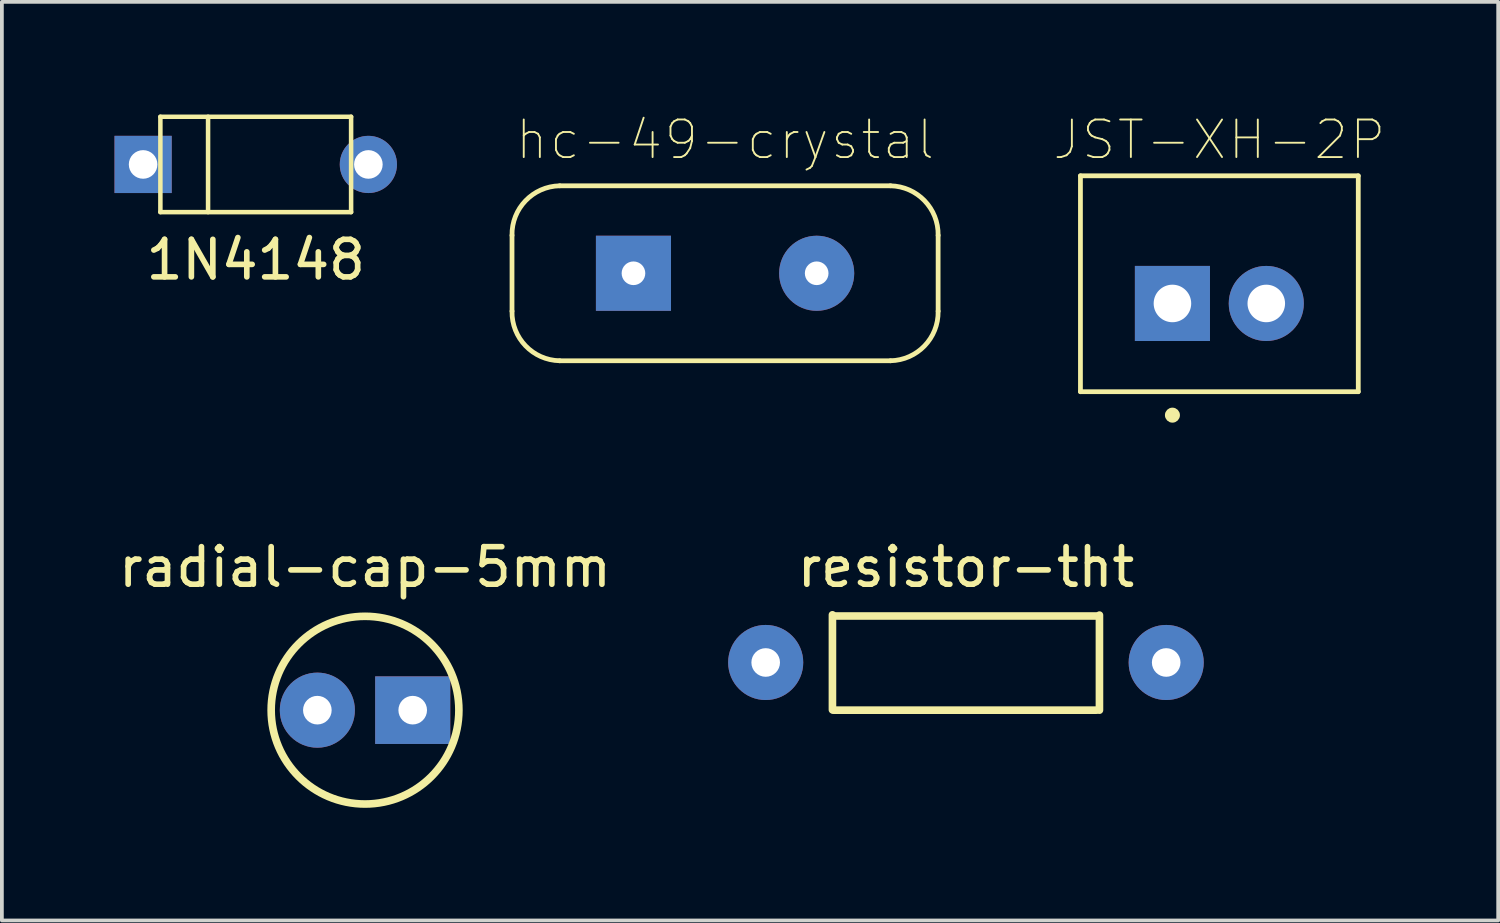
<source format=kicad_pcb>
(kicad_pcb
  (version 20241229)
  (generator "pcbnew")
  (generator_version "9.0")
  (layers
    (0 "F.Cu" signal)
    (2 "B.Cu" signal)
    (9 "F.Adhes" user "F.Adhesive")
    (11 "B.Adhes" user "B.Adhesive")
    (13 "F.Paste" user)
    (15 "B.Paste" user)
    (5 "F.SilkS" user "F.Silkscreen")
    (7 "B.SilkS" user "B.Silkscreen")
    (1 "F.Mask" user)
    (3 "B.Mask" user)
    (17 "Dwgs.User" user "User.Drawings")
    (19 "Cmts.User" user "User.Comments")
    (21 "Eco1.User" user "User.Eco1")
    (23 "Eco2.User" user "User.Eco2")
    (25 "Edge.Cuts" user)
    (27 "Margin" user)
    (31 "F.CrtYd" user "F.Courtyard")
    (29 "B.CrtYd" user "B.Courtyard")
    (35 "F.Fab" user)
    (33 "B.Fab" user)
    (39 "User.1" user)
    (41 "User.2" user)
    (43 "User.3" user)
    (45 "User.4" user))
  (footprint "resistor-tht"
    (layer "F.Cu")
    (at 22.679 14.596)
    (property "Reference" "resistor-tht" (at 0 -2.54 0) (layer "F.SilkS") (effects (font (size 1 1) (thickness 0.15))))
    (attr through_hole)
    (fp_line (start -3.556 -1.27) (end -3.556 1.262) (stroke (width 0.203) (type solid)) (layer "F.SilkS"))
    (fp_line (start -3.524 -1.238) (end 3.476 -1.238) (stroke (width 0.203) (type solid)) (layer "F.SilkS"))
    (fp_line (start -3.524 1.27) (end 3.476 1.27) (stroke (width 0.203) (type solid)) (layer "F.SilkS"))
    (fp_line (start 3.556 -1.262) (end 3.556 1.27) (stroke (width 0.203) (type solid)) (layer "F.SilkS"))
    (pad "1" thru_hole circle (at -5.334 0) (size 2 2) (drill 0.762) (layers "*.Cu" "*.Mask"))
    (pad "2" thru_hole circle (at 5.334 0) (size 2 2) (drill 0.762) (layers "*.Cu" "*.Mask")))
  (footprint "radial-cap-5mm"
    (layer "F.Cu")
    (at 6.673 15.866)
    (property "Reference" "radial-cap-5mm" (at 0 -3.81 0) (layer "F.SilkS") (effects (font (size 1 1) (thickness 0.15))))
    (attr through_hole)
    (fp_circle (center 0 0) (end 2.5 0) (stroke (width 0.203) (type solid)) (fill no) (layer "F.SilkS"))
    (pad "1" thru_hole circle (at -1.27 0) (size 2 2) (drill 0.762) (layers "*.Cu" "*.Mask"))
    (pad "2" thru_hole rect (at 1.27 0) (size 2 1.8) (drill 0.762) (layers "*.Cu" "*.Mask")))
  (footprint "1N4148"
    (layer "F.Cu")
    (at 3.762 1.33)
    (property "Reference" "1N4148" (at 0 2.54 0) (layer "F.SilkS") (effects (font (size 1 1) (thickness 0.15))))
    (attr through_hole)
    (fp_line (start -2.54 -1.27) (end -2.54 1.27) (stroke (width 0.12) (type solid)) (layer "F.SilkS"))
    (fp_line (start -2.54 1.27) (end 2.54 1.27) (stroke (width 0.12) (type solid)) (layer "F.SilkS"))
    (fp_line (start -1.27 -1.27) (end -1.27 1.27) (stroke (width 0.12) (type solid)) (layer "F.SilkS"))
    (fp_line (start 2.54 -1.27) (end -2.54 -1.27) (stroke (width 0.12) (type solid)) (layer "F.SilkS"))
    (fp_line (start 2.54 1.27) (end 2.54 -1.27) (stroke (width 0.12) (type solid)) (layer "F.SilkS"))
    (pad "1" thru_hole rect (at -3 0) (size 1.524 1.524) (drill 0.762) (layers "*.Cu" "*.Mask"))
    (pad "2" thru_hole circle (at 3 0) (size 1.524 1.524) (drill 0.762) (layers "*.Cu" "*.Mask")))
  (footprint "hc-49-crystal"
    (layer "F.Cu")
    (at 16.263 4.229)
    (property "Reference" "hc-49-crystal" (at 0 -3.556 0) (layer "F.SilkS") (effects (font (size 1.001 1.001) (thickness 0.05))))
    (attr through_hole)
    (fp_line (start -5.675 1.01) (end -5.675 -1.01) (stroke (width 0.127) (type solid)) (layer "F.SilkS"))
    (fp_line (start -4.405 -2.33) (end 4.405 -2.33) (stroke (width 0.127) (type solid)) (layer "F.SilkS"))
    (fp_line (start 4.405 2.33) (end -4.405 2.33) (stroke (width 0.127) (type solid)) (layer "F.SilkS"))
    (fp_line (start 5.675 -1.01) (end 5.675 1.01) (stroke (width 0.127) (type solid)) (layer "F.SilkS"))
    (fp_arc (start -5.675 -1.01) (mid -5.313381 -1.933026) (end -4.405 -2.33) (stroke (width 0.127) (type solid)) (layer "F.SilkS"))
    (fp_arc (start -4.405 2.33) (mid -5.313381 1.933026) (end -5.675 1.01) (stroke (width 0.127) (type solid)) (layer "F.SilkS"))
    (fp_arc (start 4.405 -2.33) (mid 5.313381 -1.933026) (end 5.675 -1.01) (stroke (width 0.127) (type solid)) (layer "F.SilkS"))
    (fp_arc (start 5.675 1.01) (mid 5.313381 1.933026) (end 4.405 2.33) (stroke (width 0.127) (type solid)) (layer "F.SilkS"))
    (fp_line (start -5.675 1.01) (end -5.675 -1.01) (stroke (width 0.127) (type solid)) (layer "Eco2.User"))
    (fp_line (start -4.405 -2.33) (end 4.405 -2.33) (stroke (width 0.127) (type solid)) (layer "Eco2.User"))
    (fp_line (start 4.405 2.33) (end -4.405 2.33) (stroke (width 0.127) (type solid)) (layer "Eco2.User"))
    (fp_line (start 5.675 -1.01) (end 5.675 1.01) (stroke (width 0.127) (type solid)) (layer "Eco2.User"))
    (fp_arc (start -5.675 -1.01) (mid -5.313381 -1.933026) (end -4.405 -2.33) (stroke (width 0.127) (type solid)) (layer "Eco2.User"))
    (fp_arc (start -4.405 2.33) (mid -5.313381 1.933026) (end -5.675 1.01) (stroke (width 0.127) (type solid)) (layer "Eco2.User"))
    (fp_arc (start 4.405 -2.33) (mid 5.313381 -1.933026) (end 5.675 -1.01) (stroke (width 0.127) (type solid)) (layer "Eco2.User"))
    (fp_arc (start 5.675 1.01) (mid 5.313381 1.933026) (end 4.405 2.33) (stroke (width 0.127) (type solid)) (layer "Eco2.User"))
    (pad "1" thru_hole rect (at -2.44 0) (size 2 2) (drill 0.63) (layers "*.Cu" "*.Mask"))
    (pad "2" thru_hole circle (at 2.44 0) (size 2 2) (drill 0.63) (layers "*.Cu" "*.Mask")))
  (footprint "JST-XH-2P"
    (layer "F.Cu")
    (at 29.429 4.508)
    (property "Reference" "JST-XH-2P" (at 0 -3.835 0) (layer "F.SilkS") (effects (font (size 1 1) (thickness 0.05))))
    (attr through_hole)
    (fp_line (start -3.7 -2.875) (end 3.7 -2.875) (stroke (width 0.127) (type solid)) (layer "F.SilkS"))
    (fp_line (start -3.7 2.875) (end -3.7 -2.875) (stroke (width 0.127) (type solid)) (layer "F.SilkS"))
    (fp_line (start 3.7 -2.875) (end 3.7 2.875) (stroke (width 0.127) (type solid)) (layer "F.SilkS"))
    (fp_line (start 3.7 2.875) (end -3.7 2.875) (stroke (width 0.127) (type solid)) (layer "F.SilkS"))
    (fp_circle (center -1.25 3.5) (end -1.15 3.5) (stroke (width 0.2) (type solid)) (fill no) (layer "F.SilkS"))
    (fp_line (start -3.95 -3.125) (end 3.95 -3.125) (stroke (width 0.05) (type solid)) (layer "Eco1.User"))
    (fp_line (start -3.95 3.125) (end -3.95 -3.125) (stroke (width 0.05) (type solid)) (layer "Eco1.User"))
    (fp_line (start 3.95 -3.125) (end 3.95 3.125) (stroke (width 0.05) (type solid)) (layer "Eco1.User"))
    (fp_line (start 3.95 3.125) (end -3.95 3.125) (stroke (width 0.05) (type solid)) (layer "Eco1.User"))
    (fp_line (start -3.7 -2.875) (end 3.7 -2.875) (stroke (width 0.127) (type solid)) (layer "Eco2.User"))
    (fp_line (start -3.7 2.875) (end -3.7 -2.875) (stroke (width 0.127) (type solid)) (layer "Eco2.User"))
    (fp_line (start 3.7 -2.875) (end 3.7 2.875) (stroke (width 0.127) (type solid)) (layer "Eco2.User"))
    (fp_line (start 3.7 2.875) (end -3.7 2.875) (stroke (width 0.127) (type solid)) (layer "Eco2.User"))
    (fp_circle (center -1.25 3.5) (end -1.15 3.5) (stroke (width 0.2) (type solid)) (fill no) (layer "Eco2.User"))
    (pad "1" thru_hole rect (at -1.25 0.525) (size 2 2) (drill 1) (layers "*.Cu" "*.Mask"))
    (pad "2" thru_hole circle (at 1.25 0.525) (size 2 2) (drill 1) (layers "*.Cu" "*.Mask")))
  (gr_rect
    (start -3 -3)
    (end 36.856 21.468)
    (stroke (width 0.1) (type default))
    (fill no)
    (layer "Edge.Cuts")))
</source>
